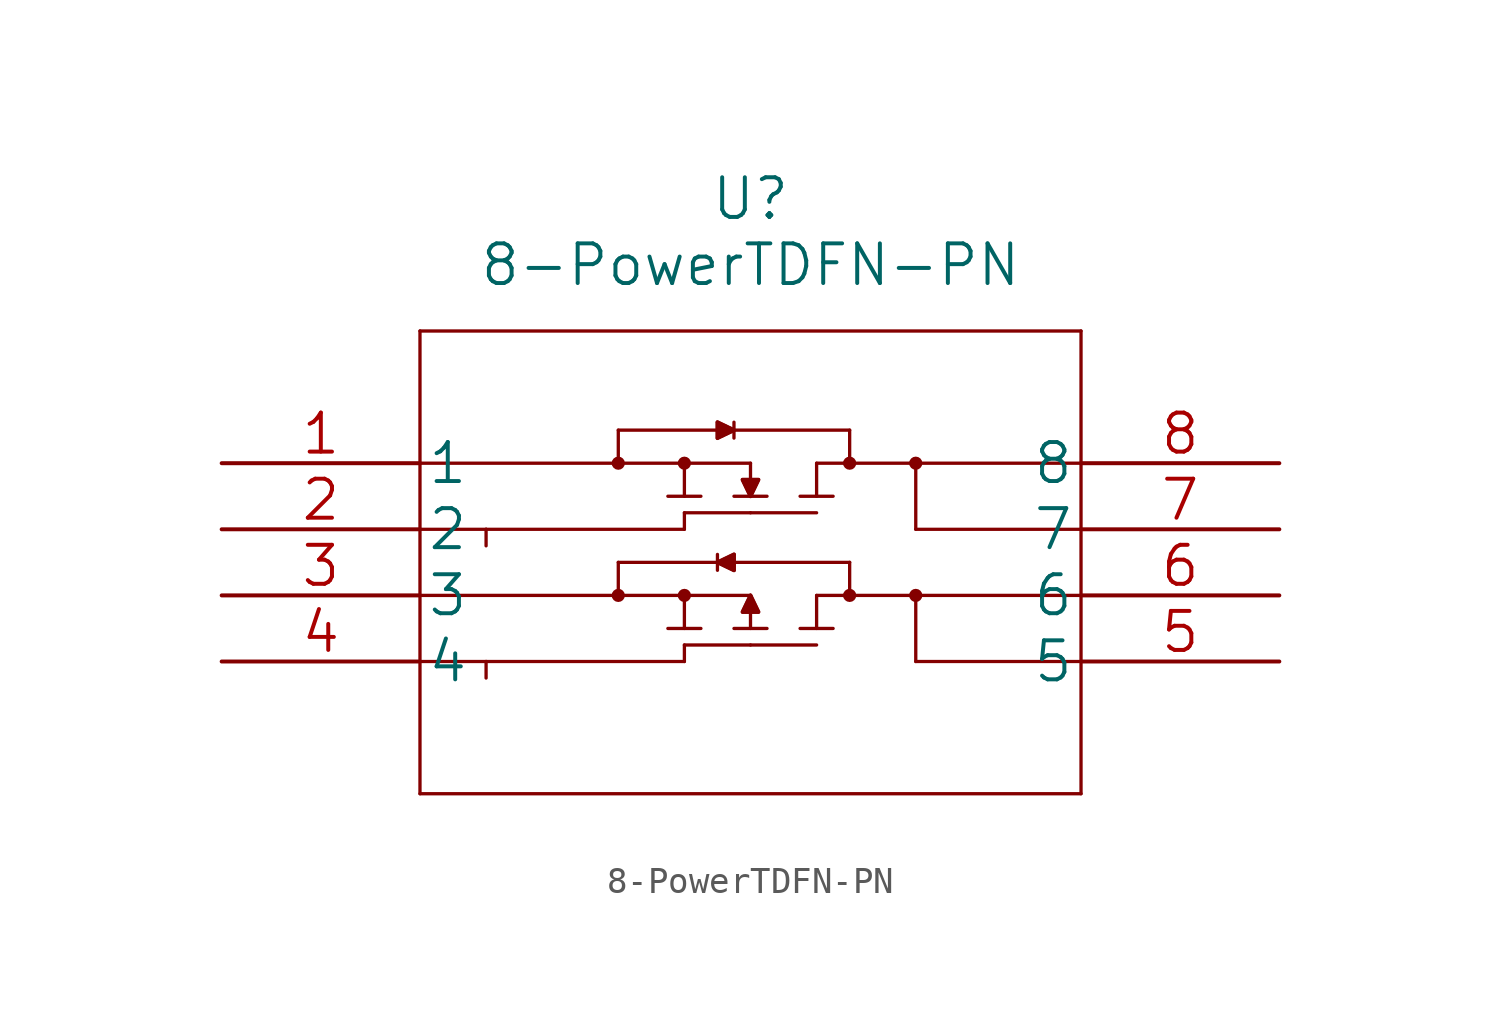
<source format=kicad_sym>
(kicad_symbol_lib
  (version 20211014)
  (generator kicad_symbol_editor)
  (symbol "8-PowerTDFN-PN"
    (pin_names
      (offset 0.254))
    (property "Reference" "U"
      (at 20.32 10.16 0)
      (effects (font (size 1.524 1.524))))
    (property "Value" "8-PowerTDFN-PN"
      (at 20.32 7.62 0)
      (effects (font (size 1.524 1.524))))
    (property "Datasheet" ""
      (at 0 0 0)
      (effects (font (size 1.524 1.524))))
    (property "ki_locked" ""
      (at 0 0 0)
      (effects (font (size 1.27 1.27))))
    (symbol "8-PowerTDFN-PN_1_1"
      (polyline (pts (xy 7.62 -12.7) (xy 33.02 -12.7)) (stroke (width 0.127) (type default) (color 0 0 0 0)) (fill (type none)))
      (polyline (pts (xy 7.62 -7.62) (xy 10.16 -7.62)) (stroke (width 0.127) (type default) (color 0 0 0 0)) (fill (type none)))
      (polyline (pts (xy 7.62 -5.08) (xy 20.32 -5.08)) (stroke (width 0.127) (type default) (color 0 0 0 0)) (fill (type none)))
      (polyline (pts (xy 7.62 5.08) (xy 7.62 -12.7)) (stroke (width 0.127) (type default) (color 0 0 0 0)) (fill (type none)))
      (polyline (pts (xy 10.16 -8.255) (xy 10.16 -7.62)) (stroke (width 0.127) (type default) (color 0 0 0 0)) (fill (type none)))
      (polyline (pts (xy 10.16 -3.175) (xy 10.16 -2.54)) (stroke (width 0.127) (type default) (color 0 0 0 0)) (fill (type none)))
      (polyline (pts (xy 10.16 -2.54) (xy 7.62 -2.54)) (stroke (width 0.127) (type default) (color 0 0 0 0)) (fill (type none)))
      (polyline (pts (xy 15.24 -5.08) (xy 15.24 -3.81)) (stroke (width 0.127) (type default) (color 0 0 0 0)) (fill (type none)))
      (polyline (pts (xy 15.24 -3.81) (xy 24.13 -3.81)) (stroke (width 0.127) (type default) (color 0 0 0 0)) (fill (type none)))
      (polyline (pts (xy 15.24 0) (xy 15.24 1.27)) (stroke (width 0.127) (type default) (color 0 0 0 0)) (fill (type none)))
      (polyline (pts (xy 15.24 1.27) (xy 24.13 1.27)) (stroke (width 0.127) (type default) (color 0 0 0 0)) (fill (type none)))
      (polyline (pts (xy 17.145 -6.35) (xy 18.415 -6.35)) (stroke (width 0.127) (type default) (color 0 0 0 0)) (fill (type none)))
      (polyline (pts (xy 17.145 -1.27) (xy 18.415 -1.27)) (stroke (width 0.127) (type default) (color 0 0 0 0)) (fill (type none)))
      (polyline (pts (xy 17.78 -7.62) (xy 10.16 -7.62)) (stroke (width 0.127) (type default) (color 0 0 0 0)) (fill (type none)))
      (polyline (pts (xy 17.78 -7.62) (xy 17.78 -6.985)) (stroke (width 0.127) (type default) (color 0 0 0 0)) (fill (type none)))
      (polyline (pts (xy 17.78 -6.985) (xy 20.32 -6.985)) (stroke (width 0.127) (type default) (color 0 0 0 0)) (fill (type none)))
      (polyline (pts (xy 17.78 -5.08) (xy 17.78 -6.35)) (stroke (width 0.127) (type default) (color 0 0 0 0)) (fill (type none)))
      (polyline (pts (xy 17.78 -2.54) (xy 10.16 -2.54)) (stroke (width 0.127) (type default) (color 0 0 0 0)) (fill (type none)))
      (polyline (pts (xy 17.78 -2.54) (xy 17.78 -1.905)) (stroke (width 0.127) (type default) (color 0 0 0 0)) (fill (type none)))
      (polyline (pts (xy 17.78 -1.905) (xy 20.32 -1.905)) (stroke (width 0.127) (type default) (color 0 0 0 0)) (fill (type none)))
      (polyline (pts (xy 17.78 0) (xy 17.78 -1.27)) (stroke (width 0.127) (type default) (color 0 0 0 0)) (fill (type none)))
      (polyline (pts (xy 19.05 -4.115) (xy 19.05 -3.505)) (stroke (width 0.127) (type default) (color 0 0 0 0)) (fill (type none)))
      (polyline (pts (xy 19.05 -3.81) (xy 19.685 -4.115)) (stroke (width 0.127) (type default) (color 0 0 0 0)) (fill (type none)))
      (polyline (pts (xy 19.05 0.965) (xy 19.685 1.27)) (stroke (width 0.127) (type default) (color 0 0 0 0)) (fill (type none)))
      (polyline (pts (xy 19.05 1.575) (xy 19.05 0.965)) (stroke (width 0.127) (type default) (color 0 0 0 0)) (fill (type none)))
      (polyline (pts (xy 19.685 -6.35) (xy 20.955 -6.35)) (stroke (width 0.127) (type default) (color 0 0 0 0)) (fill (type none)))
      (polyline (pts (xy 19.685 -4.115) (xy 19.685 -3.505)) (stroke (width 0.127) (type default) (color 0 0 0 0)) (fill (type none)))
      (polyline (pts (xy 19.685 -3.505) (xy 19.05 -3.81)) (stroke (width 0.127) (type default) (color 0 0 0 0)) (fill (type none)))
      (polyline (pts (xy 19.685 -1.27) (xy 20.955 -1.27)) (stroke (width 0.127) (type default) (color 0 0 0 0)) (fill (type none)))
      (polyline (pts (xy 19.685 1.27) (xy 19.05 1.575)) (stroke (width 0.127) (type default) (color 0 0 0 0)) (fill (type none)))
      (polyline (pts (xy 19.685 1.575) (xy 19.685 0.965)) (stroke (width 0.127) (type default) (color 0 0 0 0)) (fill (type none)))
      (polyline (pts (xy 20.015 -5.715) (xy 20.32 -5.08)) (stroke (width 0.127) (type default) (color 0 0 0 0)) (fill (type none)))
      (polyline (pts (xy 20.015 -0.635) (xy 20.32 -1.27)) (stroke (width 0.127) (type default) (color 0 0 0 0)) (fill (type none)))
      (polyline (pts (xy 20.015 -0.635) (xy 20.625 -0.635)) (stroke (width 0.127) (type default) (color 0 0 0 0)) (fill (type none)))
      (polyline (pts (xy 20.32 -6.985) (xy 22.86 -6.985)) (stroke (width 0.127) (type default) (color 0 0 0 0)) (fill (type none)))
      (polyline (pts (xy 20.32 -5.08) (xy 20.32 -6.35)) (stroke (width 0.127) (type default) (color 0 0 0 0)) (fill (type none)))
      (polyline (pts (xy 20.32 -1.905) (xy 22.86 -1.905)) (stroke (width 0.127) (type default) (color 0 0 0 0)) (fill (type none)))
      (polyline (pts (xy 20.32 0) (xy 7.62 0)) (stroke (width 0.127) (type default) (color 0 0 0 0)) (fill (type none)))
      (polyline (pts (xy 20.32 0) (xy 20.32 -0.635)) (stroke (width 0.127) (type default) (color 0 0 0 0)) (fill (type none)))
      (polyline (pts (xy 20.625 -5.715) (xy 20.015 -5.715)) (stroke (width 0.127) (type default) (color 0 0 0 0)) (fill (type none)))
      (polyline (pts (xy 20.625 -5.715) (xy 20.32 -5.08)) (stroke (width 0.127) (type default) (color 0 0 0 0)) (fill (type none)))
      (polyline (pts (xy 20.625 -0.635) (xy 20.32 -1.27)) (stroke (width 0.127) (type default) (color 0 0 0 0)) (fill (type none)))
      (polyline (pts (xy 22.225 -6.35) (xy 23.495 -6.35)) (stroke (width 0.127) (type default) (color 0 0 0 0)) (fill (type none)))
      (polyline (pts (xy 22.225 -1.27) (xy 23.495 -1.27)) (stroke (width 0.127) (type default) (color 0 0 0 0)) (fill (type none)))
      (polyline (pts (xy 22.86 -5.08) (xy 22.86 -6.35)) (stroke (width 0.127) (type default) (color 0 0 0 0)) (fill (type none)))
      (polyline (pts (xy 22.86 -5.08) (xy 33.02 -5.08)) (stroke (width 0.127) (type default) (color 0 0 0 0)) (fill (type none)))
      (polyline (pts (xy 22.86 0) (xy 22.86 -1.27)) (stroke (width 0.127) (type default) (color 0 0 0 0)) (fill (type none)))
      (polyline (pts (xy 22.86 0) (xy 33.02 0)) (stroke (width 0.127) (type default) (color 0 0 0 0)) (fill (type none)))
      (polyline (pts (xy 24.13 -3.81) (xy 24.13 -5.08)) (stroke (width 0.127) (type default) (color 0 0 0 0)) (fill (type none)))
      (polyline (pts (xy 24.13 1.27) (xy 24.13 0)) (stroke (width 0.127) (type default) (color 0 0 0 0)) (fill (type none)))
      (polyline (pts (xy 26.67 -7.62) (xy 33.02 -7.62)) (stroke (width 0.127) (type default) (color 0 0 0 0)) (fill (type none)))
      (polyline (pts (xy 26.67 -5.08) (xy 26.67 -7.62)) (stroke (width 0.127) (type default) (color 0 0 0 0)) (fill (type none)))
      (polyline (pts (xy 26.67 -2.54) (xy 33.02 -2.54)) (stroke (width 0.127) (type default) (color 0 0 0 0)) (fill (type none)))
      (polyline (pts (xy 26.67 0) (xy 26.67 -2.54)) (stroke (width 0.127) (type default) (color 0 0 0 0)) (fill (type none)))
      (polyline (pts (xy 33.02 -12.7) (xy 33.02 5.08)) (stroke (width 0.127) (type default) (color 0 0 0 0)) (fill (type none)))
      (polyline (pts (xy 33.02 5.08) (xy 7.62 5.08)) (stroke (width 0.127) (type default) (color 0 0 0 0)) (fill (type none)))
      (polyline (pts (xy 19.05 1.575) (xy 19.685 1.27) (xy 19.05 0.965) (xy 19.05 1.575)) (stroke (width 0) (type default) (color 0 0 0 0)) (fill (type outline)))
      (polyline (pts (xy 19.685 -4.115) (xy 19.05 -3.81) (xy 19.685 -3.505) (xy 19.685 -4.115)) (stroke (width 0) (type default) (color 0 0 0 0)) (fill (type outline)))
      (polyline (pts (xy 20.015 -0.635) (xy 20.625 -0.635) (xy 20.32 -1.27) (xy 20.015 -0.635)) (stroke (width 0) (type default) (color 0 0 0 0)) (fill (type outline)))
      (polyline (pts (xy 20.625 -5.715) (xy 20.015 -5.715) (xy 20.32 -5.08) (xy 20.625 -5.715)) (stroke (width 0) (type default) (color 0 0 0 0)) (fill (type outline)))
      (arc (start 15.113 -5.08) (mid 15.367 -5.08) (end 15.113 -5.08) (stroke (width 0.254) (type default) (color 0 0 0 0)) (fill (type none)))
      (arc (start 15.113 0) (mid 15.367 0) (end 15.113 0) (stroke (width 0.254) (type default) (color 0 0 0 0)) (fill (type none)))
      (circle (center 15.24 -5.08) (radius 0.127) (stroke (width 0.254) (type default) (color 0 0 0 0)) (fill (type none)))
      (circle (center 15.24 0) (radius 0.127) (stroke (width 0.254) (type default) (color 0 0 0 0)) (fill (type none)))
      (arc (start 17.653 -5.08) (mid 17.907 -5.08) (end 17.653 -5.08) (stroke (width 0.254) (type default) (color 0 0 0 0)) (fill (type none)))
      (arc (start 17.653 0) (mid 17.907 0) (end 17.653 0) (stroke (width 0.254) (type default) (color 0 0 0 0)) (fill (type none)))
      (circle (center 17.78 -5.08) (radius 0.127) (stroke (width 0.254) (type default) (color 0 0 0 0)) (fill (type none)))
      (circle (center 17.78 0) (radius 0.127) (stroke (width 0.254) (type default) (color 0 0 0 0)) (fill (type none)))
      (arc (start 24.003 -5.08) (mid 24.257 -5.08) (end 24.003 -5.08) (stroke (width 0.254) (type default) (color 0 0 0 0)) (fill (type none)))
      (arc (start 24.003 0) (mid 24.257 0) (end 24.003 0) (stroke (width 0.254) (type default) (color 0 0 0 0)) (fill (type none)))
      (circle (center 24.13 -5.08) (radius 0.127) (stroke (width 0.254) (type default) (color 0 0 0 0)) (fill (type none)))
      (circle (center 24.13 0) (radius 0.127) (stroke (width 0.254) (type default) (color 0 0 0 0)) (fill (type none)))
      (arc (start 26.543 -5.08) (mid 26.797 -5.08) (end 26.543 -5.08) (stroke (width 0.254) (type default) (color 0 0 0 0)) (fill (type none)))
      (arc (start 26.543 0) (mid 26.797 0) (end 26.543 0) (stroke (width 0.254) (type default) (color 0 0 0 0)) (fill (type none)))
      (circle (center 26.67 -5.08) (radius 0.127) (stroke (width 0.254) (type default) (color 0 0 0 0)) (fill (type none)))
      (circle (center 26.67 0) (radius 0.127) (stroke (width 0.254) (type default) (color 0 0 0 0)) (fill (type none)))
      (pin unspecified line (at 0 0 0) (length 7.62) (name "1" (effects (font (size 1.499 1.499)))) (number "1" (effects (font (size 1.499 1.499)))))
      (pin unspecified line (at 0 -2.54 0) (length 7.62) (name "2" (effects (font (size 1.499 1.499)))) (number "2" (effects (font (size 1.499 1.499)))))
      (pin unspecified line (at 0 -5.08 0) (length 7.62) (name "3" (effects (font (size 1.499 1.499)))) (number "3" (effects (font (size 1.499 1.499)))))
      (pin unspecified line (at 0 -7.62 0) (length 7.62) (name "4" (effects (font (size 1.499 1.499)))) (number "4" (effects (font (size 1.499 1.499)))))
      (pin unspecified line (at 40.64 -7.62 180) (length 7.62) (name "5" (effects (font (size 1.499 1.499)))) (number "5" (effects (font (size 1.499 1.499)))))
      (pin unspecified line (at 40.64 -5.08 180) (length 7.62) (name "6" (effects (font (size 1.499 1.499)))) (number "6" (effects (font (size 1.499 1.499)))))
      (pin unspecified line (at 40.64 -2.54 180) (length 7.62) (name "7" (effects (font (size 1.499 1.499)))) (number "7" (effects (font (size 1.499 1.499)))))
      (pin unspecified line (at 40.64 0 180) (length 7.62) (name "8" (effects (font (size 1.499 1.499)))) (number "8" (effects (font (size 1.499 1.499))))))))
</source>
